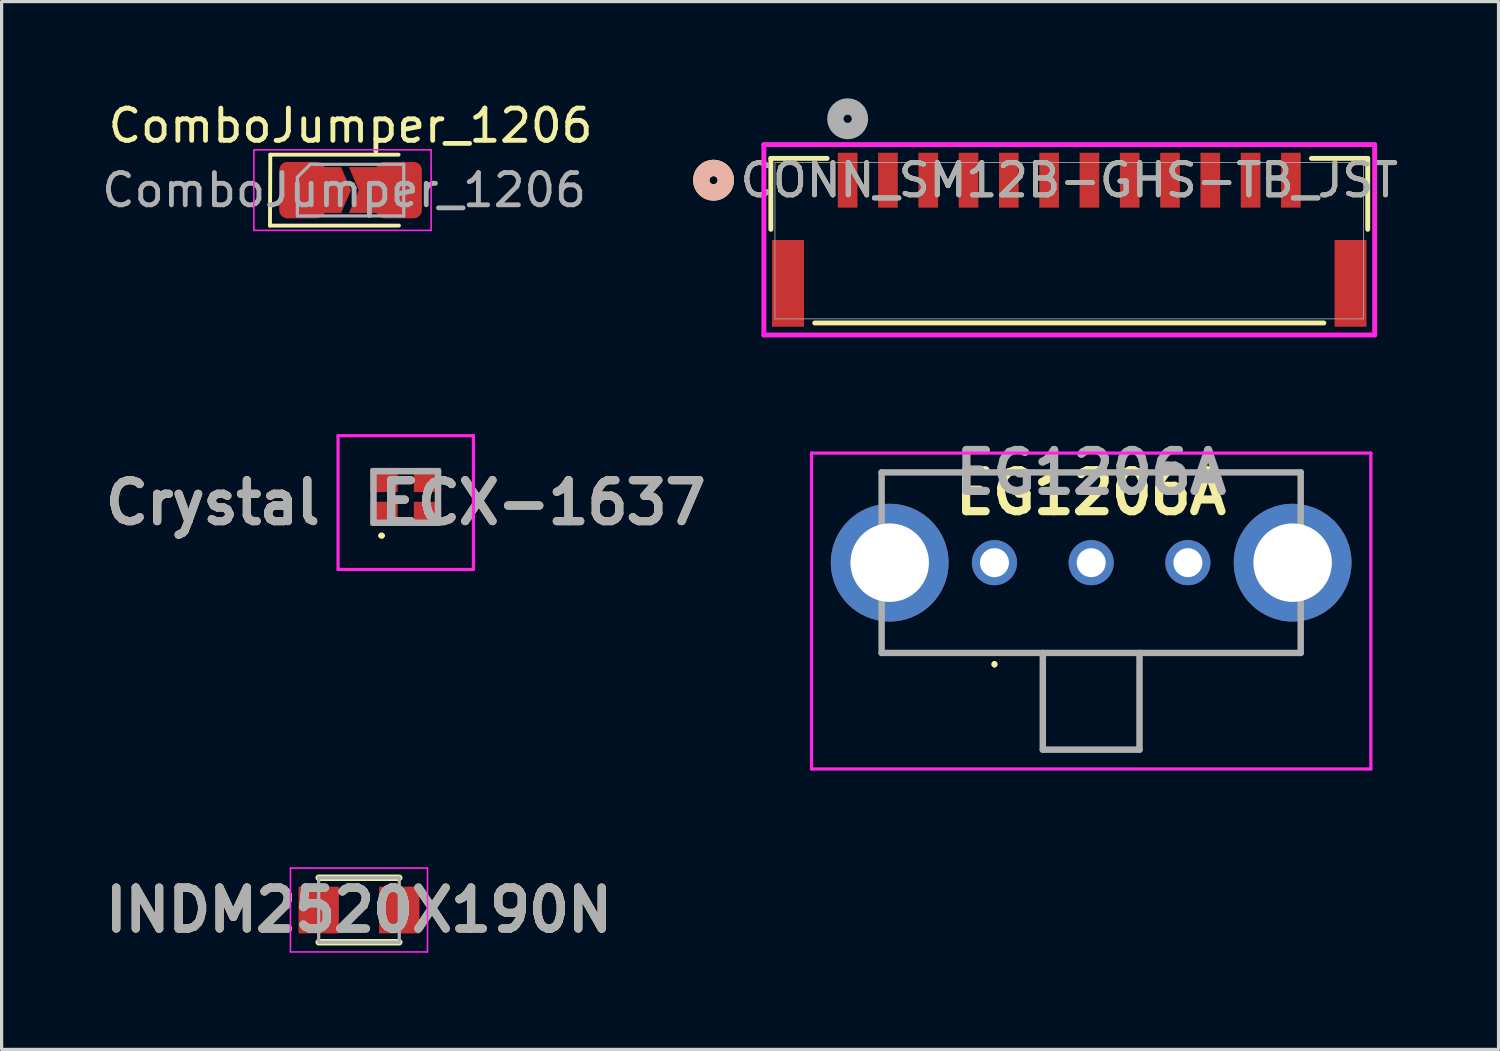
<source format=kicad_pcb>
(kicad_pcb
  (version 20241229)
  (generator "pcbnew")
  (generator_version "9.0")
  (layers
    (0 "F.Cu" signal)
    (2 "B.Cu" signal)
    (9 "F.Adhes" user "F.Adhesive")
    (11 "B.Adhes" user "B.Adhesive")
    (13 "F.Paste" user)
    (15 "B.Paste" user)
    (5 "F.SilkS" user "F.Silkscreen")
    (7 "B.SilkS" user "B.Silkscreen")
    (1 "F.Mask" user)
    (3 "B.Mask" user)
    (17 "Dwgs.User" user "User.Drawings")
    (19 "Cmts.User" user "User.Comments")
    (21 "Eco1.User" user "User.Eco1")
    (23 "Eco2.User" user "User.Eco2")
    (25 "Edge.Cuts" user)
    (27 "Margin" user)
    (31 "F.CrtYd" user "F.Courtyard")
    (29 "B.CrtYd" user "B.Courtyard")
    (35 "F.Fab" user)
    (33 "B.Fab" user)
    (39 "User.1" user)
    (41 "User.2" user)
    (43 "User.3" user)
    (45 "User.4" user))
  (footprint "ComboJumper_1206"
    (layer "F.Cu")
    (at 7.825 2.848)
    (property "Reference" "ComboJumper_1206" (at 0 -2 0) (unlocked yes) (layer "F.SilkS") (effects (font (size 1 1) (thickness 0.15))))
    (attr smd)
    (fp_poly (pts (xy 0 0) (xy -0.3 0.7) (xy -0.85 0.7) (xy -0.85 -0.7) (xy -0.3 -0.7)) (stroke (width 0.025) (type solid)) (fill yes) (layer "F.Cu"))
    (fp_poly (pts (xy 1.068 0.7) (xy -0.032 0.7) (xy 0.268 0) (xy -0.032 -0.7) (xy 1.068 -0.7)) (stroke (width 0.025) (type solid)) (fill yes) (layer "F.Cu"))
    (fp_poly (pts (xy 0 0) (xy -0.3 0.7) (xy -0.55 0.7) (xy -0.55 -0.7) (xy -0.3 -0.7)) (stroke (width 0.025) (type solid)) (fill yes) (layer "F.Mask"))
    (fp_poly (pts (xy 0.568 0.7) (xy -0.032 0.7) (xy 0.268 0) (xy -0.032 -0.7) (xy 0.568 -0.7)) (stroke (width 0.025) (type solid)) (fill yes) (layer "F.Mask"))
    (fp_line (start -2.5 1.1) (end 1.5 1.1) (stroke (width 0.12) (type solid)) (layer "F.SilkS"))
    (fp_line (start -2.49 -1.1) (end -2.5 1.1) (stroke (width 0.12) (type solid)) (layer "F.SilkS"))
    (fp_line (start 1.49 -1.1) (end -2.49 -1.1) (stroke (width 0.12) (type solid)) (layer "F.SilkS"))
    (fp_rect (start -3 -1.25) (end 2.5 1.25) (stroke (width 0.05) (type solid)) (fill no) (layer "F.CrtYd"))
    (fp_line (start -1.65 -0.4) (end -1.65 0.8) (stroke (width 0.1) (type solid)) (layer "F.Fab"))
    (fp_line (start -1.65 -0.4) (end -1.25 -0.8) (stroke (width 0.1) (type solid)) (layer "F.Fab"))
    (fp_line (start -1.65 0.8) (end 1.65 0.8) (stroke (width 0.1) (type solid)) (layer "F.Fab"))
    (fp_line (start 1.65 -0.8) (end -1.25 -0.8) (stroke (width 0.1) (type solid)) (layer "F.Fab"))
    (fp_line (start 1.65 0.8) (end 1.65 -0.8) (stroke (width 0.1) (type solid)) (layer "F.Fab"))
    (fp_text user "${REFERENCE}" (at -0.2 0 0) (unlocked yes) (layer "F.Fab") (effects (font (size 1 1) (thickness 0.15))))
    (pad "1" smd roundrect (at -1.5 0) (size 1.425 1.75) (layers "F.Cu" "F.Mask" "F.Paste") (roundrect_rratio 0.175))
    (pad "2" smd roundrect (at 1.5 0) (size 1.425 1.75) (layers "F.Cu" "F.Mask" "F.Paste") (roundrect_rratio 0.175)))
  (footprint "EG1206A"
    (layer "F.Cu")
    (at 27.8 14.405)
    (property "Reference" "EG1206A" (at 2.991 -2.172 0) (layer "F.SilkS") (effects (font (size 1.27 1.27) (thickness 0.254))))
    (attr through_hole)
    (fp_line (start -3.5 -2.8) (end 9.5 -2.8) (stroke (width 0.1) (type solid)) (layer "F.SilkS"))
    (fp_line (start -3.5 2.8) (end 9.5 2.8) (stroke (width 0.1) (type solid)) (layer "F.SilkS"))
    (fp_line (start 0 3.1) (end 0 3.1) (stroke (width 0.1) (type solid)) (layer "F.SilkS"))
    (fp_line (start 0 3.2) (end 0 3.2) (stroke (width 0.1) (type solid)) (layer "F.SilkS"))
    (fp_arc (start 0 3.1) (mid 0.05 3.15) (end 0 3.2) (stroke (width 0.1) (type solid)) (layer "F.SilkS"))
    (fp_arc (start 0 3.2) (mid -0.05 3.15) (end 0 3.1) (stroke (width 0.1) (type solid)) (layer "F.SilkS"))
    (fp_line (start -5.676 -3.4) (end 11.676 -3.4) (stroke (width 0.1) (type solid)) (layer "F.CrtYd"))
    (fp_line (start -5.676 6.4) (end -5.676 -3.4) (stroke (width 0.1) (type solid)) (layer "F.CrtYd"))
    (fp_line (start 11.676 -3.4) (end 11.676 6.4) (stroke (width 0.1) (type solid)) (layer "F.CrtYd"))
    (fp_line (start 11.676 6.4) (end -5.676 6.4) (stroke (width 0.1) (type solid)) (layer "F.CrtYd"))
    (fp_line (start -3.5 -2.8) (end 9.5 -2.8) (stroke (width 0.2) (type solid)) (layer "F.Fab"))
    (fp_line (start -3.5 2.8) (end -3.5 -2.8) (stroke (width 0.2) (type solid)) (layer "F.Fab"))
    (fp_line (start 1.5 2.8) (end 1.5 5.8) (stroke (width 0.2) (type solid)) (layer "F.Fab"))
    (fp_line (start 1.5 5.8) (end 4.5 5.8) (stroke (width 0.2) (type solid)) (layer "F.Fab"))
    (fp_line (start 4.5 5.8) (end 4.5 2.8) (stroke (width 0.2) (type solid)) (layer "F.Fab"))
    (fp_line (start 9.5 -2.8) (end 9.5 2.8) (stroke (width 0.2) (type solid)) (layer "F.Fab"))
    (fp_line (start 9.5 2.8) (end -3.5 2.8) (stroke (width 0.2) (type solid)) (layer "F.Fab"))
    (fp_text user "${REFERENCE}" (at 3 -2.8 0) (layer "F.Fab") (effects (font (size 1.27 1.27) (thickness 0.254))))
    (pad "1" thru_hole circle (at 0 0) (size 1.4 1.4) (drill 0.9) (layers "*.Cu" "*.Mask"))
    (pad "2" thru_hole circle (at 3 0) (size 1.4 1.4) (drill 0.9) (layers "*.Cu" "*.Mask"))
    (pad "3" thru_hole circle (at 6 0) (size 1.4 1.4) (drill 0.9) (layers "*.Cu" "*.Mask"))
    (pad "SH" thru_hole circle (at -3.25 0) (size 3.653 3.653) (drill 2.435) (layers "*.Cu" "*.Mask"))
    (pad "SH" thru_hole circle (at 9.25 0) (size 3.653 3.653) (drill 2.435) (layers "*.Cu" "*.Mask")))
  (footprint "INDM2520X190N"
    (layer "F.Cu")
    (at 8.086 25.18)
    (property "Reference" "INDM2520X190N" (at 0 0 0) (layer "F.SilkS") (effects (font (size 1.27 1.27) (thickness 0.254))))
    (attr smd)
    (fp_line (start -1.25 1) (end 1.25 1) (stroke (width 0.2) (type solid)) (layer "F.SilkS"))
    (fp_line (start 1.25 -1) (end -1.25 -1) (stroke (width 0.2) (type solid)) (layer "F.SilkS"))
    (fp_line (start -2.125 -1.3) (end 2.125 -1.3) (stroke (width 0.05) (type solid)) (layer "F.CrtYd"))
    (fp_line (start -2.125 1.3) (end -2.125 -1.3) (stroke (width 0.05) (type solid)) (layer "F.CrtYd"))
    (fp_line (start 2.125 -1.3) (end 2.125 1.3) (stroke (width 0.05) (type solid)) (layer "F.CrtYd"))
    (fp_line (start 2.125 1.3) (end -2.125 1.3) (stroke (width 0.05) (type solid)) (layer "F.CrtYd"))
    (fp_line (start -1.25 -1) (end 1.25 -1) (stroke (width 0.1) (type solid)) (layer "F.Fab"))
    (fp_line (start -1.25 1) (end -1.25 -1) (stroke (width 0.1) (type solid)) (layer "F.Fab"))
    (fp_line (start 1.25 -1) (end 1.25 1) (stroke (width 0.1) (type solid)) (layer "F.Fab"))
    (fp_line (start 1.25 1) (end -1.25 1) (stroke (width 0.1) (type solid)) (layer "F.Fab"))
    (fp_text user "${REFERENCE}" (at 0 0 0) (layer "F.Fab") (effects (font (size 1.27 1.27) (thickness 0.254))))
    (pad "1" smd rect (at -1.25 0) (size 1.25 1.45) (layers "F.Cu" "F.Mask" "F.Paste"))
    (pad "2" smd rect (at 1.25 0) (size 1.25 1.45) (layers "F.Cu" "F.Mask" "F.Paste")))
  (footprint "CONN_SM12B-GHS-TB_JST"
    (layer "F.Cu")
    (at 30.121 4.416)
    (property "Reference" "CONN_SM12B-GHS-TB_JST" (at 0 -1.876 0) (unlocked yes) (layer "F.SilkS") (effects (font (size 1 1) (thickness 0.15))))
    (attr smd)
    (fp_line (start -9.258 -2.553) (end -9.258 -0.352) (stroke (width 0.152) (type solid)) (layer "F.SilkS"))
    (fp_line (start -7.897 2.553) (end 7.897 2.553) (stroke (width 0.152) (type solid)) (layer "F.SilkS"))
    (fp_line (start -7.513 -2.553) (end -9.258 -2.553) (stroke (width 0.152) (type solid)) (layer "F.SilkS"))
    (fp_line (start 9.258 -2.553) (end 7.513 -2.553) (stroke (width 0.152) (type solid)) (layer "F.SilkS"))
    (fp_line (start 9.258 -0.352) (end 9.258 -2.553) (stroke (width 0.152) (type solid)) (layer "F.SilkS"))
    (fp_circle (center -11.036 -1.876) (end -10.655 -1.876) (stroke (width 0.508) (type solid)) (fill no) (layer "F.SilkS"))
    (fp_circle (center -11.036 -1.876) (end -10.655 -1.876) (stroke (width 0.508) (type solid)) (fill no) (layer "B.SilkS"))
    (fp_line (start -9.474 -2.981) (end -9.474 2.925) (stroke (width 0.152) (type solid)) (layer "F.CrtYd"))
    (fp_line (start -9.474 2.925) (end 9.474 2.925) (stroke (width 0.152) (type solid)) (layer "F.CrtYd"))
    (fp_line (start 9.474 -2.981) (end -9.474 -2.981) (stroke (width 0.152) (type solid)) (layer "F.CrtYd"))
    (fp_line (start 9.474 2.925) (end 9.474 -2.981) (stroke (width 0.152) (type solid)) (layer "F.CrtYd"))
    (fp_line (start -9.131 -2.426) (end -9.131 2.426) (stroke (width 0.025) (type solid)) (layer "F.Fab"))
    (fp_line (start -9.131 2.426) (end 9.131 2.426) (stroke (width 0.025) (type solid)) (layer "F.Fab"))
    (fp_line (start 9.131 -2.426) (end -9.131 -2.426) (stroke (width 0.025) (type solid)) (layer "F.Fab"))
    (fp_line (start 9.131 2.426) (end 9.131 -2.426) (stroke (width 0.025) (type solid)) (layer "F.Fab"))
    (fp_circle (center -6.875 -3.781) (end -6.494 -3.781) (stroke (width 0.508) (type solid)) (fill no) (layer "F.Fab"))
    (fp_text user "${REFERENCE}" (at 0 -1.876 0) (unlocked yes) (layer "F.Fab") (effects (font (size 1 1) (thickness 0.15))))
    (pad "1" smd rect (at -6.875 -1.876) (size 0.61 1.702) (layers "F.Cu" "F.Mask" "F.Paste"))
    (pad "2" smd rect (at -5.625 -1.876) (size 0.61 1.702) (layers "F.Cu" "F.Mask" "F.Paste"))
    (pad "3" smd rect (at -4.375 -1.876) (size 0.61 1.702) (layers "F.Cu" "F.Mask" "F.Paste"))
    (pad "4" smd rect (at -3.125 -1.876) (size 0.61 1.702) (layers "F.Cu" "F.Mask" "F.Paste"))
    (pad "5" smd rect (at -1.875 -1.876) (size 0.61 1.702) (layers "F.Cu" "F.Mask" "F.Paste"))
    (pad "6" smd rect (at -0.625 -1.876) (size 0.61 1.702) (layers "F.Cu" "F.Mask" "F.Paste"))
    (pad "7" smd rect (at 0.625 -1.876) (size 0.61 1.702) (layers "F.Cu" "F.Mask" "F.Paste"))
    (pad "8" smd rect (at 1.875 -1.876) (size 0.61 1.702) (layers "F.Cu" "F.Mask" "F.Paste"))
    (pad "9" smd rect (at 3.125 -1.876) (size 0.61 1.702) (layers "F.Cu" "F.Mask" "F.Paste"))
    (pad "10" smd rect (at 4.375 -1.876) (size 0.61 1.702) (layers "F.Cu" "F.Mask" "F.Paste"))
    (pad "11" smd rect (at 5.625 -1.876) (size 0.61 1.702) (layers "F.Cu" "F.Mask" "F.Paste"))
    (pad "12" smd rect (at 6.875 -1.876) (size 0.61 1.702) (layers "F.Cu" "F.Mask" "F.Paste"))
    (pad "13" smd rect (at -8.725 1.324) (size 0.991 2.692) (layers "F.Cu" "F.Mask" "F.Paste"))
    (pad "14" smd rect (at 8.725 1.324) (size 0.991 2.692) (layers "F.Cu" "F.Mask" "F.Paste")))
  (footprint "Crystal  ECX-1637"
    (layer "F.Cu")
    (at 9.537 12.366)
    (property "Reference" "Crystal  ECX-1637" (at 0 0.175 0) (layer "F.SilkS") (effects (font (size 1.27 1.27) (thickness 0.254))))
    (attr smd)
    (fp_line (start -0.8 1.2) (end -0.8 1.2) (stroke (width 0.1) (type solid)) (layer "F.SilkS"))
    (fp_line (start -0.7 1.2) (end -0.7 1.2) (stroke (width 0.1) (type solid)) (layer "F.SilkS"))
    (fp_arc (start -0.8 1.2) (mid -0.75 1.15) (end -0.7 1.2) (stroke (width 0.1) (type solid)) (layer "F.SilkS"))
    (fp_arc (start -0.7 1.2) (mid -0.75 1.25) (end -0.8 1.2) (stroke (width 0.1) (type solid)) (layer "F.SilkS"))
    (fp_line (start -2.1 -1.9) (end 2.1 -1.9) (stroke (width 0.1) (type solid)) (layer "F.CrtYd"))
    (fp_line (start -2.1 2.25) (end -2.1 -1.9) (stroke (width 0.1) (type solid)) (layer "F.CrtYd"))
    (fp_line (start 2.1 -1.9) (end 2.1 2.25) (stroke (width 0.1) (type solid)) (layer "F.CrtYd"))
    (fp_line (start 2.1 2.25) (end -2.1 2.25) (stroke (width 0.1) (type solid)) (layer "F.CrtYd"))
    (fp_line (start -1 -0.8) (end 1 -0.8) (stroke (width 0.2) (type solid)) (layer "F.Fab"))
    (fp_line (start -1 0.8) (end -1 -0.8) (stroke (width 0.2) (type solid)) (layer "F.Fab"))
    (fp_line (start 1 -0.8) (end 1 0.8) (stroke (width 0.2) (type solid)) (layer "F.Fab"))
    (fp_line (start 1 0.8) (end -1 0.8) (stroke (width 0.2) (type solid)) (layer "F.Fab"))
    (fp_text user "${REFERENCE}" (at 0 0.175 0) (layer "F.Fab") (effects (font (size 1.27 1.27) (thickness 0.254))))
    (pad "1" smd rect (at -0.675 0.525 90) (size 0.75 0.85) (layers "F.Cu" "F.Mask" "F.Paste"))
    (pad "2" smd rect (at 0.675 0.525 90) (size 0.75 0.85) (layers "F.Cu" "F.Mask" "F.Paste"))
    (pad "3" smd rect (at 0.675 -0.525 90) (size 0.75 0.85) (layers "F.Cu" "F.Mask" "F.Paste"))
    (pad "4" smd rect (at -0.675 -0.525 90) (size 0.75 0.85) (layers "F.Cu" "F.Mask" "F.Paste")))
  (gr_rect
    (start -3 -3)
    (end 43.437 29.505)
    (stroke (width 0.1) (type default))
    (fill no)
    (layer "Edge.Cuts")))
</source>
